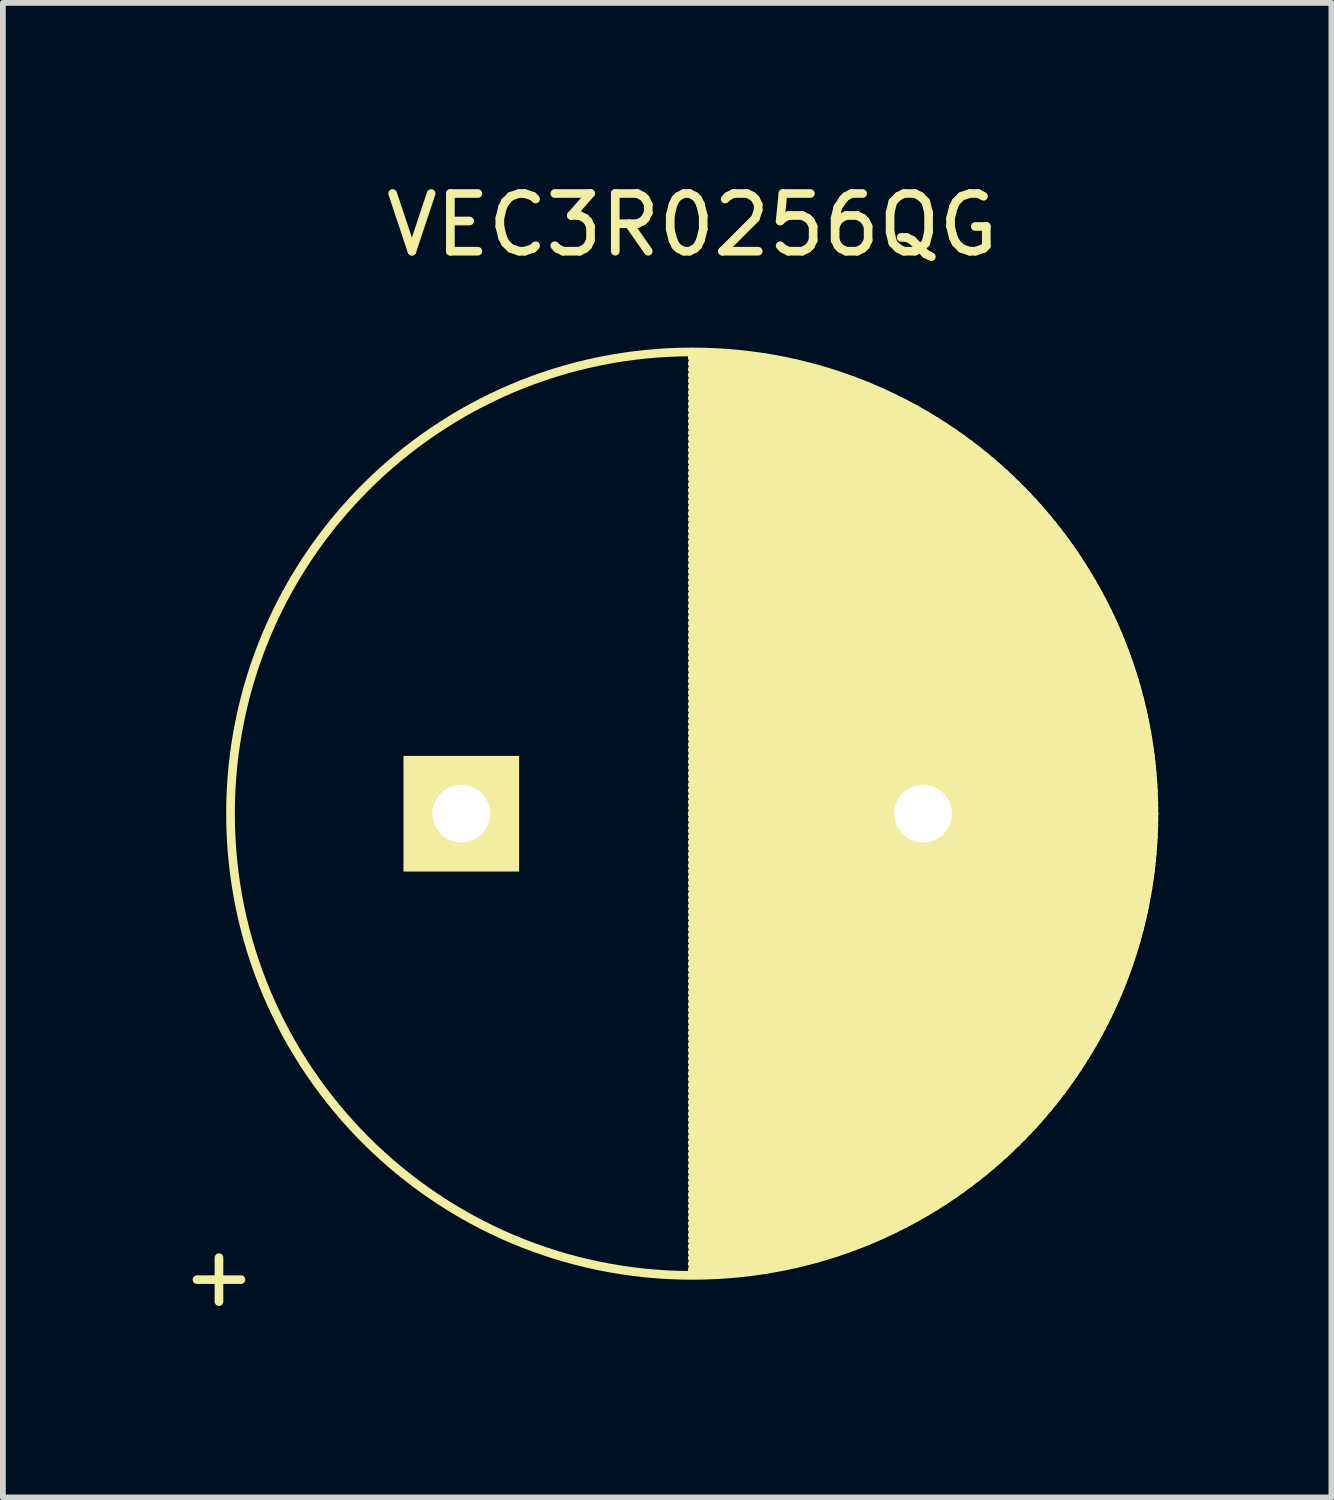
<source format=kicad_pcb>
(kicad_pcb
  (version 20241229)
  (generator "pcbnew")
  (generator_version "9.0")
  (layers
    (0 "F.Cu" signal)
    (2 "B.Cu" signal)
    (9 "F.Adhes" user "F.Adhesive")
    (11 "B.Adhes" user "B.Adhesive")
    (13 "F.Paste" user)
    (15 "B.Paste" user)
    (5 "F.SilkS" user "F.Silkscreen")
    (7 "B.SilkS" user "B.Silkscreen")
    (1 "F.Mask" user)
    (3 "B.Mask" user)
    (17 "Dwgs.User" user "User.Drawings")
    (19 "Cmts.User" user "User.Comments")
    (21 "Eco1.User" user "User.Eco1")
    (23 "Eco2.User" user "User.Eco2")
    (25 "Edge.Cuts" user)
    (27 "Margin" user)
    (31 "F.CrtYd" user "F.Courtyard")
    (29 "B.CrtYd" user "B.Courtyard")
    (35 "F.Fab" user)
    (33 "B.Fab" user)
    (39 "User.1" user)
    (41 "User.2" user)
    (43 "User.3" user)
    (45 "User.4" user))
  (footprint "VEC3R0256QG"
    (layer "F.Cu")
    (at 4.944 11.048)
    (property "Reference" "VEC3R0256QG" (at 4 -10.2 0) (layer "F.SilkS") (effects (font (size 1 1) (thickness 0.15))))
    (attr through_hole)
    (fp_line (start 4 -7.9) (end 5.261 -7.9) (stroke (width 0.15) (type solid)) (layer "F.SilkS"))
    (fp_line (start 4 -7.8) (end 5.778 -7.8) (stroke (width 0.15) (type solid)) (layer "F.SilkS"))
    (fp_line (start 4 -7.7) (end 6.17 -7.7) (stroke (width 0.15) (type solid)) (layer "F.SilkS"))
    (fp_line (start 4 -7.6) (end 6.498 -7.6) (stroke (width 0.15) (type solid)) (layer "F.SilkS"))
    (fp_line (start 4 -7.5) (end 6.784 -7.5) (stroke (width 0.15) (type solid)) (layer "F.SilkS"))
    (fp_line (start 4 -7.4) (end 7.04 -7.4) (stroke (width 0.15) (type solid)) (layer "F.SilkS"))
    (fp_line (start 4 -7.3) (end 7.273 -7.3) (stroke (width 0.15) (type solid)) (layer "F.SilkS"))
    (fp_line (start 4 -7.2) (end 7.487 -7.2) (stroke (width 0.15) (type solid)) (layer "F.SilkS"))
    (fp_line (start 4 -7.1) (end 7.686 -7.1) (stroke (width 0.15) (type solid)) (layer "F.SilkS"))
    (fp_line (start 4 -7) (end 7.873 -7) (stroke (width 0.15) (type solid)) (layer "F.SilkS"))
    (fp_line (start 4 -6.9) (end 8.048 -6.9) (stroke (width 0.15) (type solid)) (layer "F.SilkS"))
    (fp_line (start 4 -6.8) (end 8.214 -6.8) (stroke (width 0.15) (type solid)) (layer "F.SilkS"))
    (fp_line (start 4 -6.7) (end 8.371 -6.7) (stroke (width 0.15) (type solid)) (layer "F.SilkS"))
    (fp_line (start 4 -6.6) (end 8.521 -6.6) (stroke (width 0.15) (type solid)) (layer "F.SilkS"))
    (fp_line (start 4 -6.5) (end 8.664 -6.5) (stroke (width 0.15) (type solid)) (layer "F.SilkS"))
    (fp_line (start 4 -6.4) (end 8.8 -6.4) (stroke (width 0.15) (type solid)) (layer "F.SilkS"))
    (fp_line (start 4 -6.3) (end 8.931 -6.3) (stroke (width 0.15) (type solid)) (layer "F.SilkS"))
    (fp_line (start 4 -6.2) (end 9.056 -6.2) (stroke (width 0.15) (type solid)) (layer "F.SilkS"))
    (fp_line (start 4 -6.1) (end 9.176 -6.1) (stroke (width 0.15) (type solid)) (layer "F.SilkS"))
    (fp_line (start 4 -6) (end 9.292 -6) (stroke (width 0.15) (type solid)) (layer "F.SilkS"))
    (fp_line (start 4 -5.9) (end 9.403 -5.9) (stroke (width 0.15) (type solid)) (layer "F.SilkS"))
    (fp_line (start 4 -5.8) (end 9.51 -5.8) (stroke (width 0.15) (type solid)) (layer "F.SilkS"))
    (fp_line (start 4 -5.7) (end 9.613 -5.7) (stroke (width 0.15) (type solid)) (layer "F.SilkS"))
    (fp_line (start 4 -5.6) (end 9.713 -5.6) (stroke (width 0.15) (type solid)) (layer "F.SilkS"))
    (fp_line (start 4 -5.5) (end 9.809 -5.5) (stroke (width 0.15) (type solid)) (layer "F.SilkS"))
    (fp_line (start 4 -5.4) (end 9.903 -5.4) (stroke (width 0.15) (type solid)) (layer "F.SilkS"))
    (fp_line (start 4 -5.3) (end 9.992 -5.3) (stroke (width 0.15) (type solid)) (layer "F.SilkS"))
    (fp_line (start 4 -5.2) (end 10.079 -5.2) (stroke (width 0.15) (type solid)) (layer "F.SilkS"))
    (fp_line (start 4 -5.1) (end 10.164 -5.1) (stroke (width 0.15) (type solid)) (layer "F.SilkS"))
    (fp_line (start 4 -5) (end 10.245 -5) (stroke (width 0.15) (type solid)) (layer "F.SilkS"))
    (fp_line (start 4 -4.9) (end 10.324 -4.9) (stroke (width 0.15) (type solid)) (layer "F.SilkS"))
    (fp_line (start 4 -4.8) (end 10.4 -4.8) (stroke (width 0.15) (type solid)) (layer "F.SilkS"))
    (fp_line (start 4 -4.7) (end 10.474 -4.7) (stroke (width 0.15) (type solid)) (layer "F.SilkS"))
    (fp_line (start 4 -4.6) (end 10.545 -4.6) (stroke (width 0.15) (type solid)) (layer "F.SilkS"))
    (fp_line (start 4 -4.5) (end 10.614 -4.5) (stroke (width 0.15) (type solid)) (layer "F.SilkS"))
    (fp_line (start 4 -4.4) (end 10.681 -4.4) (stroke (width 0.15) (type solid)) (layer "F.SilkS"))
    (fp_line (start 4 -4.3) (end 10.746 -4.3) (stroke (width 0.15) (type solid)) (layer "F.SilkS"))
    (fp_line (start 4 -4.2) (end 10.809 -4.2) (stroke (width 0.15) (type solid)) (layer "F.SilkS"))
    (fp_line (start 4 -4.1) (end 10.869 -4.1) (stroke (width 0.15) (type solid)) (layer "F.SilkS"))
    (fp_line (start 4 -4) (end 10.928 -4) (stroke (width 0.15) (type solid)) (layer "F.SilkS"))
    (fp_line (start 4 -3.9) (end 10.985 -3.9) (stroke (width 0.15) (type solid)) (layer "F.SilkS"))
    (fp_line (start 4 -3.8) (end 11.04 -3.8) (stroke (width 0.15) (type solid)) (layer "F.SilkS"))
    (fp_line (start 4 -3.7) (end 11.093 -3.7) (stroke (width 0.15) (type solid)) (layer "F.SilkS"))
    (fp_line (start 4 -3.6) (end 11.144 -3.6) (stroke (width 0.15) (type solid)) (layer "F.SilkS"))
    (fp_line (start 4 -3.5) (end 11.194 -3.5) (stroke (width 0.15) (type solid)) (layer "F.SilkS"))
    (fp_line (start 4 -3.4) (end 11.242 -3.4) (stroke (width 0.15) (type solid)) (layer "F.SilkS"))
    (fp_line (start 4 -3.3) (end 11.288 -3.3) (stroke (width 0.15) (type solid)) (layer "F.SilkS"))
    (fp_line (start 4 -3.2) (end 11.332 -3.2) (stroke (width 0.15) (type solid)) (layer "F.SilkS"))
    (fp_line (start 4 -3.1) (end 11.375 -3.1) (stroke (width 0.15) (type solid)) (layer "F.SilkS"))
    (fp_line (start 4 -3) (end 11.416 -3) (stroke (width 0.15) (type solid)) (layer "F.SilkS"))
    (fp_line (start 4 -2.9) (end 11.456 -2.9) (stroke (width 0.15) (type solid)) (layer "F.SilkS"))
    (fp_line (start 4 -2.8) (end 11.494 -2.8) (stroke (width 0.15) (type solid)) (layer "F.SilkS"))
    (fp_line (start 4 -2.7) (end 11.531 -2.7) (stroke (width 0.15) (type solid)) (layer "F.SilkS"))
    (fp_line (start 4 -2.6) (end 11.566 -2.6) (stroke (width 0.15) (type solid)) (layer "F.SilkS"))
    (fp_line (start 4 -2.5) (end 11.599 -2.5) (stroke (width 0.15) (type solid)) (layer "F.SilkS"))
    (fp_line (start 4 -2.4) (end 11.632 -2.4) (stroke (width 0.15) (type solid)) (layer "F.SilkS"))
    (fp_line (start 4 -2.3) (end 11.662 -2.3) (stroke (width 0.15) (type solid)) (layer "F.SilkS"))
    (fp_line (start 4 -2.2) (end 11.692 -2.2) (stroke (width 0.15) (type solid)) (layer "F.SilkS"))
    (fp_line (start 4 -2.1) (end 11.719 -2.1) (stroke (width 0.15) (type solid)) (layer "F.SilkS"))
    (fp_line (start 4 -2) (end 11.746 -2) (stroke (width 0.15) (type solid)) (layer "F.SilkS"))
    (fp_line (start 4 -1.9) (end 11.771 -1.9) (stroke (width 0.15) (type solid)) (layer "F.SilkS"))
    (fp_line (start 4 -1.8) (end 11.795 -1.8) (stroke (width 0.15) (type solid)) (layer "F.SilkS"))
    (fp_line (start 4 -1.7) (end 11.817 -1.7) (stroke (width 0.15) (type solid)) (layer "F.SilkS"))
    (fp_line (start 4 -1.6) (end 11.838 -1.6) (stroke (width 0.15) (type solid)) (layer "F.SilkS"))
    (fp_line (start 4 -1.5) (end 11.858 -1.5) (stroke (width 0.15) (type solid)) (layer "F.SilkS"))
    (fp_line (start 4 -1.4) (end 11.877 -1.4) (stroke (width 0.15) (type solid)) (layer "F.SilkS"))
    (fp_line (start 4 -1.3) (end 11.894 -1.3) (stroke (width 0.15) (type solid)) (layer "F.SilkS"))
    (fp_line (start 4 -1.2) (end 11.909 -1.2) (stroke (width 0.15) (type solid)) (layer "F.SilkS"))
    (fp_line (start 4 -1.1) (end 11.924 -1.1) (stroke (width 0.15) (type solid)) (layer "F.SilkS"))
    (fp_line (start 4 -1) (end 11.937 -1) (stroke (width 0.15) (type solid)) (layer "F.SilkS"))
    (fp_line (start 4 -0.9) (end 11.949 -0.9) (stroke (width 0.15) (type solid)) (layer "F.SilkS"))
    (fp_line (start 4 -0.8) (end 11.96 -0.8) (stroke (width 0.15) (type solid)) (layer "F.SilkS"))
    (fp_line (start 4 -0.7) (end 11.969 -0.7) (stroke (width 0.15) (type solid)) (layer "F.SilkS"))
    (fp_line (start 4 -0.6) (end 11.977 -0.6) (stroke (width 0.15) (type solid)) (layer "F.SilkS"))
    (fp_line (start 4 -0.5) (end 11.984 -0.5) (stroke (width 0.15) (type solid)) (layer "F.SilkS"))
    (fp_line (start 4 -0.4) (end 11.99 -0.4) (stroke (width 0.15) (type solid)) (layer "F.SilkS"))
    (fp_line (start 4 -0.3) (end 11.994 -0.3) (stroke (width 0.15) (type solid)) (layer "F.SilkS"))
    (fp_line (start 4 -0.2) (end 11.998 -0.2) (stroke (width 0.15) (type solid)) (layer "F.SilkS"))
    (fp_line (start 4 -0.1) (end 11.999 -0.1) (stroke (width 0.15) (type solid)) (layer "F.SilkS"))
    (fp_line (start 4 0) (end 12 0) (stroke (width 0.15) (type solid)) (layer "F.SilkS"))
    (fp_line (start 4 0) (end 12 0) (stroke (width 0.15) (type solid)) (layer "F.SilkS"))
    (fp_line (start 4 0.1) (end 11.999 0.1) (stroke (width 0.15) (type solid)) (layer "F.SilkS"))
    (fp_line (start 4 0.2) (end 11.998 0.2) (stroke (width 0.15) (type solid)) (layer "F.SilkS"))
    (fp_line (start 4 0.3) (end 11.994 0.3) (stroke (width 0.15) (type solid)) (layer "F.SilkS"))
    (fp_line (start 4 0.4) (end 11.99 0.4) (stroke (width 0.15) (type solid)) (layer "F.SilkS"))
    (fp_line (start 4 0.5) (end 11.984 0.5) (stroke (width 0.15) (type solid)) (layer "F.SilkS"))
    (fp_line (start 4 0.6) (end 11.977 0.6) (stroke (width 0.15) (type solid)) (layer "F.SilkS"))
    (fp_line (start 4 0.7) (end 11.969 0.7) (stroke (width 0.15) (type solid)) (layer "F.SilkS"))
    (fp_line (start 4 0.8) (end 11.96 0.8) (stroke (width 0.15) (type solid)) (layer "F.SilkS"))
    (fp_line (start 4 0.9) (end 11.949 0.9) (stroke (width 0.15) (type solid)) (layer "F.SilkS"))
    (fp_line (start 4 1) (end 11.937 1) (stroke (width 0.15) (type solid)) (layer "F.SilkS"))
    (fp_line (start 4 1.1) (end 11.924 1.1) (stroke (width 0.15) (type solid)) (layer "F.SilkS"))
    (fp_line (start 4 1.2) (end 11.909 1.2) (stroke (width 0.15) (type solid)) (layer "F.SilkS"))
    (fp_line (start 4 1.3) (end 11.894 1.3) (stroke (width 0.15) (type solid)) (layer "F.SilkS"))
    (fp_line (start 4 1.4) (end 11.877 1.4) (stroke (width 0.15) (type solid)) (layer "F.SilkS"))
    (fp_line (start 4 1.5) (end 11.858 1.5) (stroke (width 0.15) (type solid)) (layer "F.SilkS"))
    (fp_line (start 4 1.6) (end 11.838 1.6) (stroke (width 0.15) (type solid)) (layer "F.SilkS"))
    (fp_line (start 4 1.7) (end 11.817 1.7) (stroke (width 0.15) (type solid)) (layer "F.SilkS"))
    (fp_line (start 4 1.8) (end 11.795 1.8) (stroke (width 0.15) (type solid)) (layer "F.SilkS"))
    (fp_line (start 4 1.9) (end 11.771 1.9) (stroke (width 0.15) (type solid)) (layer "F.SilkS"))
    (fp_line (start 4 2) (end 11.746 2) (stroke (width 0.15) (type solid)) (layer "F.SilkS"))
    (fp_line (start 4 2.1) (end 11.719 2.1) (stroke (width 0.15) (type solid)) (layer "F.SilkS"))
    (fp_line (start 4 2.2) (end 11.692 2.2) (stroke (width 0.15) (type solid)) (layer "F.SilkS"))
    (fp_line (start 4 2.3) (end 11.662 2.3) (stroke (width 0.15) (type solid)) (layer "F.SilkS"))
    (fp_line (start 4 2.4) (end 11.632 2.4) (stroke (width 0.15) (type solid)) (layer "F.SilkS"))
    (fp_line (start 4 2.5) (end 11.599 2.5) (stroke (width 0.15) (type solid)) (layer "F.SilkS"))
    (fp_line (start 4 2.6) (end 11.566 2.6) (stroke (width 0.15) (type solid)) (layer "F.SilkS"))
    (fp_line (start 4 2.7) (end 11.531 2.7) (stroke (width 0.15) (type solid)) (layer "F.SilkS"))
    (fp_line (start 4 2.8) (end 11.494 2.8) (stroke (width 0.15) (type solid)) (layer "F.SilkS"))
    (fp_line (start 4 2.9) (end 11.456 2.9) (stroke (width 0.15) (type solid)) (layer "F.SilkS"))
    (fp_line (start 4 3) (end 11.416 3) (stroke (width 0.15) (type solid)) (layer "F.SilkS"))
    (fp_line (start 4 3.1) (end 11.375 3.1) (stroke (width 0.15) (type solid)) (layer "F.SilkS"))
    (fp_line (start 4 3.2) (end 11.332 3.2) (stroke (width 0.15) (type solid)) (layer "F.SilkS"))
    (fp_line (start 4 3.3) (end 11.288 3.3) (stroke (width 0.15) (type solid)) (layer "F.SilkS"))
    (fp_line (start 4 3.4) (end 11.242 3.4) (stroke (width 0.15) (type solid)) (layer "F.SilkS"))
    (fp_line (start 4 3.5) (end 11.194 3.5) (stroke (width 0.15) (type solid)) (layer "F.SilkS"))
    (fp_line (start 4 3.6) (end 11.144 3.6) (stroke (width 0.15) (type solid)) (layer "F.SilkS"))
    (fp_line (start 4 3.7) (end 11.093 3.7) (stroke (width 0.15) (type solid)) (layer "F.SilkS"))
    (fp_line (start 4 3.8) (end 11.04 3.8) (stroke (width 0.15) (type solid)) (layer "F.SilkS"))
    (fp_line (start 4 3.9) (end 10.985 3.9) (stroke (width 0.15) (type solid)) (layer "F.SilkS"))
    (fp_line (start 4 4) (end 10.928 4) (stroke (width 0.15) (type solid)) (layer "F.SilkS"))
    (fp_line (start 4 4.1) (end 10.869 4.1) (stroke (width 0.15) (type solid)) (layer "F.SilkS"))
    (fp_line (start 4 4.2) (end 10.809 4.2) (stroke (width 0.15) (type solid)) (layer "F.SilkS"))
    (fp_line (start 4 4.3) (end 10.746 4.3) (stroke (width 0.15) (type solid)) (layer "F.SilkS"))
    (fp_line (start 4 4.4) (end 10.681 4.4) (stroke (width 0.15) (type solid)) (layer "F.SilkS"))
    (fp_line (start 4 4.5) (end 10.614 4.5) (stroke (width 0.15) (type solid)) (layer "F.SilkS"))
    (fp_line (start 4 4.6) (end 10.545 4.6) (stroke (width 0.15) (type solid)) (layer "F.SilkS"))
    (fp_line (start 4 4.7) (end 10.474 4.7) (stroke (width 0.15) (type solid)) (layer "F.SilkS"))
    (fp_line (start 4 4.8) (end 10.4 4.8) (stroke (width 0.15) (type solid)) (layer "F.SilkS"))
    (fp_line (start 4 4.9) (end 10.324 4.9) (stroke (width 0.15) (type solid)) (layer "F.SilkS"))
    (fp_line (start 4 5) (end 10.245 5) (stroke (width 0.15) (type solid)) (layer "F.SilkS"))
    (fp_line (start 4 5.1) (end 10.164 5.1) (stroke (width 0.15) (type solid)) (layer "F.SilkS"))
    (fp_line (start 4 5.2) (end 10.079 5.2) (stroke (width 0.15) (type solid)) (layer "F.SilkS"))
    (fp_line (start 4 5.3) (end 9.992 5.3) (stroke (width 0.15) (type solid)) (layer "F.SilkS"))
    (fp_line (start 4 5.4) (end 9.903 5.4) (stroke (width 0.15) (type solid)) (layer "F.SilkS"))
    (fp_line (start 4 5.5) (end 9.809 5.5) (stroke (width 0.15) (type solid)) (layer "F.SilkS"))
    (fp_line (start 4 5.6) (end 9.713 5.6) (stroke (width 0.15) (type solid)) (layer "F.SilkS"))
    (fp_line (start 4 5.7) (end 9.613 5.7) (stroke (width 0.15) (type solid)) (layer "F.SilkS"))
    (fp_line (start 4 5.8) (end 9.51 5.8) (stroke (width 0.15) (type solid)) (layer "F.SilkS"))
    (fp_line (start 4 5.9) (end 9.403 5.9) (stroke (width 0.15) (type solid)) (layer "F.SilkS"))
    (fp_line (start 4 6) (end 9.292 6) (stroke (width 0.15) (type solid)) (layer "F.SilkS"))
    (fp_line (start 4 6.1) (end 9.176 6.1) (stroke (width 0.15) (type solid)) (layer "F.SilkS"))
    (fp_line (start 4 6.2) (end 9.056 6.2) (stroke (width 0.15) (type solid)) (layer "F.SilkS"))
    (fp_line (start 4 6.3) (end 8.931 6.3) (stroke (width 0.15) (type solid)) (layer "F.SilkS"))
    (fp_line (start 4 6.4) (end 8.8 6.4) (stroke (width 0.15) (type solid)) (layer "F.SilkS"))
    (fp_line (start 4 6.5) (end 8.664 6.5) (stroke (width 0.15) (type solid)) (layer "F.SilkS"))
    (fp_line (start 4 6.6) (end 8.521 6.6) (stroke (width 0.15) (type solid)) (layer "F.SilkS"))
    (fp_line (start 4 6.7) (end 8.371 6.7) (stroke (width 0.15) (type solid)) (layer "F.SilkS"))
    (fp_line (start 4 6.8) (end 8.214 6.8) (stroke (width 0.15) (type solid)) (layer "F.SilkS"))
    (fp_line (start 4 6.9) (end 8.048 6.9) (stroke (width 0.15) (type solid)) (layer "F.SilkS"))
    (fp_line (start 4 7) (end 7.873 7) (stroke (width 0.15) (type solid)) (layer "F.SilkS"))
    (fp_line (start 4 7.1) (end 7.686 7.1) (stroke (width 0.15) (type solid)) (layer "F.SilkS"))
    (fp_line (start 4 7.2) (end 7.487 7.2) (stroke (width 0.15) (type solid)) (layer "F.SilkS"))
    (fp_line (start 4 7.3) (end 7.273 7.3) (stroke (width 0.15) (type solid)) (layer "F.SilkS"))
    (fp_line (start 4 7.4) (end 7.04 7.4) (stroke (width 0.15) (type solid)) (layer "F.SilkS"))
    (fp_line (start 4 7.5) (end 6.784 7.5) (stroke (width 0.15) (type solid)) (layer "F.SilkS"))
    (fp_line (start 4 7.6) (end 6.498 7.6) (stroke (width 0.15) (type solid)) (layer "F.SilkS"))
    (fp_line (start 4 7.7) (end 6.17 7.7) (stroke (width 0.15) (type solid)) (layer "F.SilkS"))
    (fp_line (start 4 7.8) (end 5.778 7.8) (stroke (width 0.15) (type solid)) (layer "F.SilkS"))
    (fp_line (start 4 7.9) (end 5.261 7.9) (stroke (width 0.15) (type solid)) (layer "F.SilkS"))
    (fp_circle (center 4 0) (end 4 -8) (stroke (width 0.15) (type solid)) (fill no) (layer "F.SilkS"))
    (fp_text user "+" (at -4.2 8 0) (layer "F.SilkS") (effects (font (size 1 1) (thickness 0.15))))
    (pad "1" thru_hole rect (at 0 0) (size 2 2) (drill 1) (layers "*.Cu" "*.Mask" "F.SilkS"))
    (pad "2" thru_hole circle (at 8 0) (size 2 2) (drill 1) (layers "*.Cu" "*.Mask" "F.SilkS")))
  (gr_rect
    (start -3 -3)
    (end 20.019 22.896)
    (stroke (width 0.1) (type default))
    (fill no)
    (layer "Edge.Cuts")))
</source>
